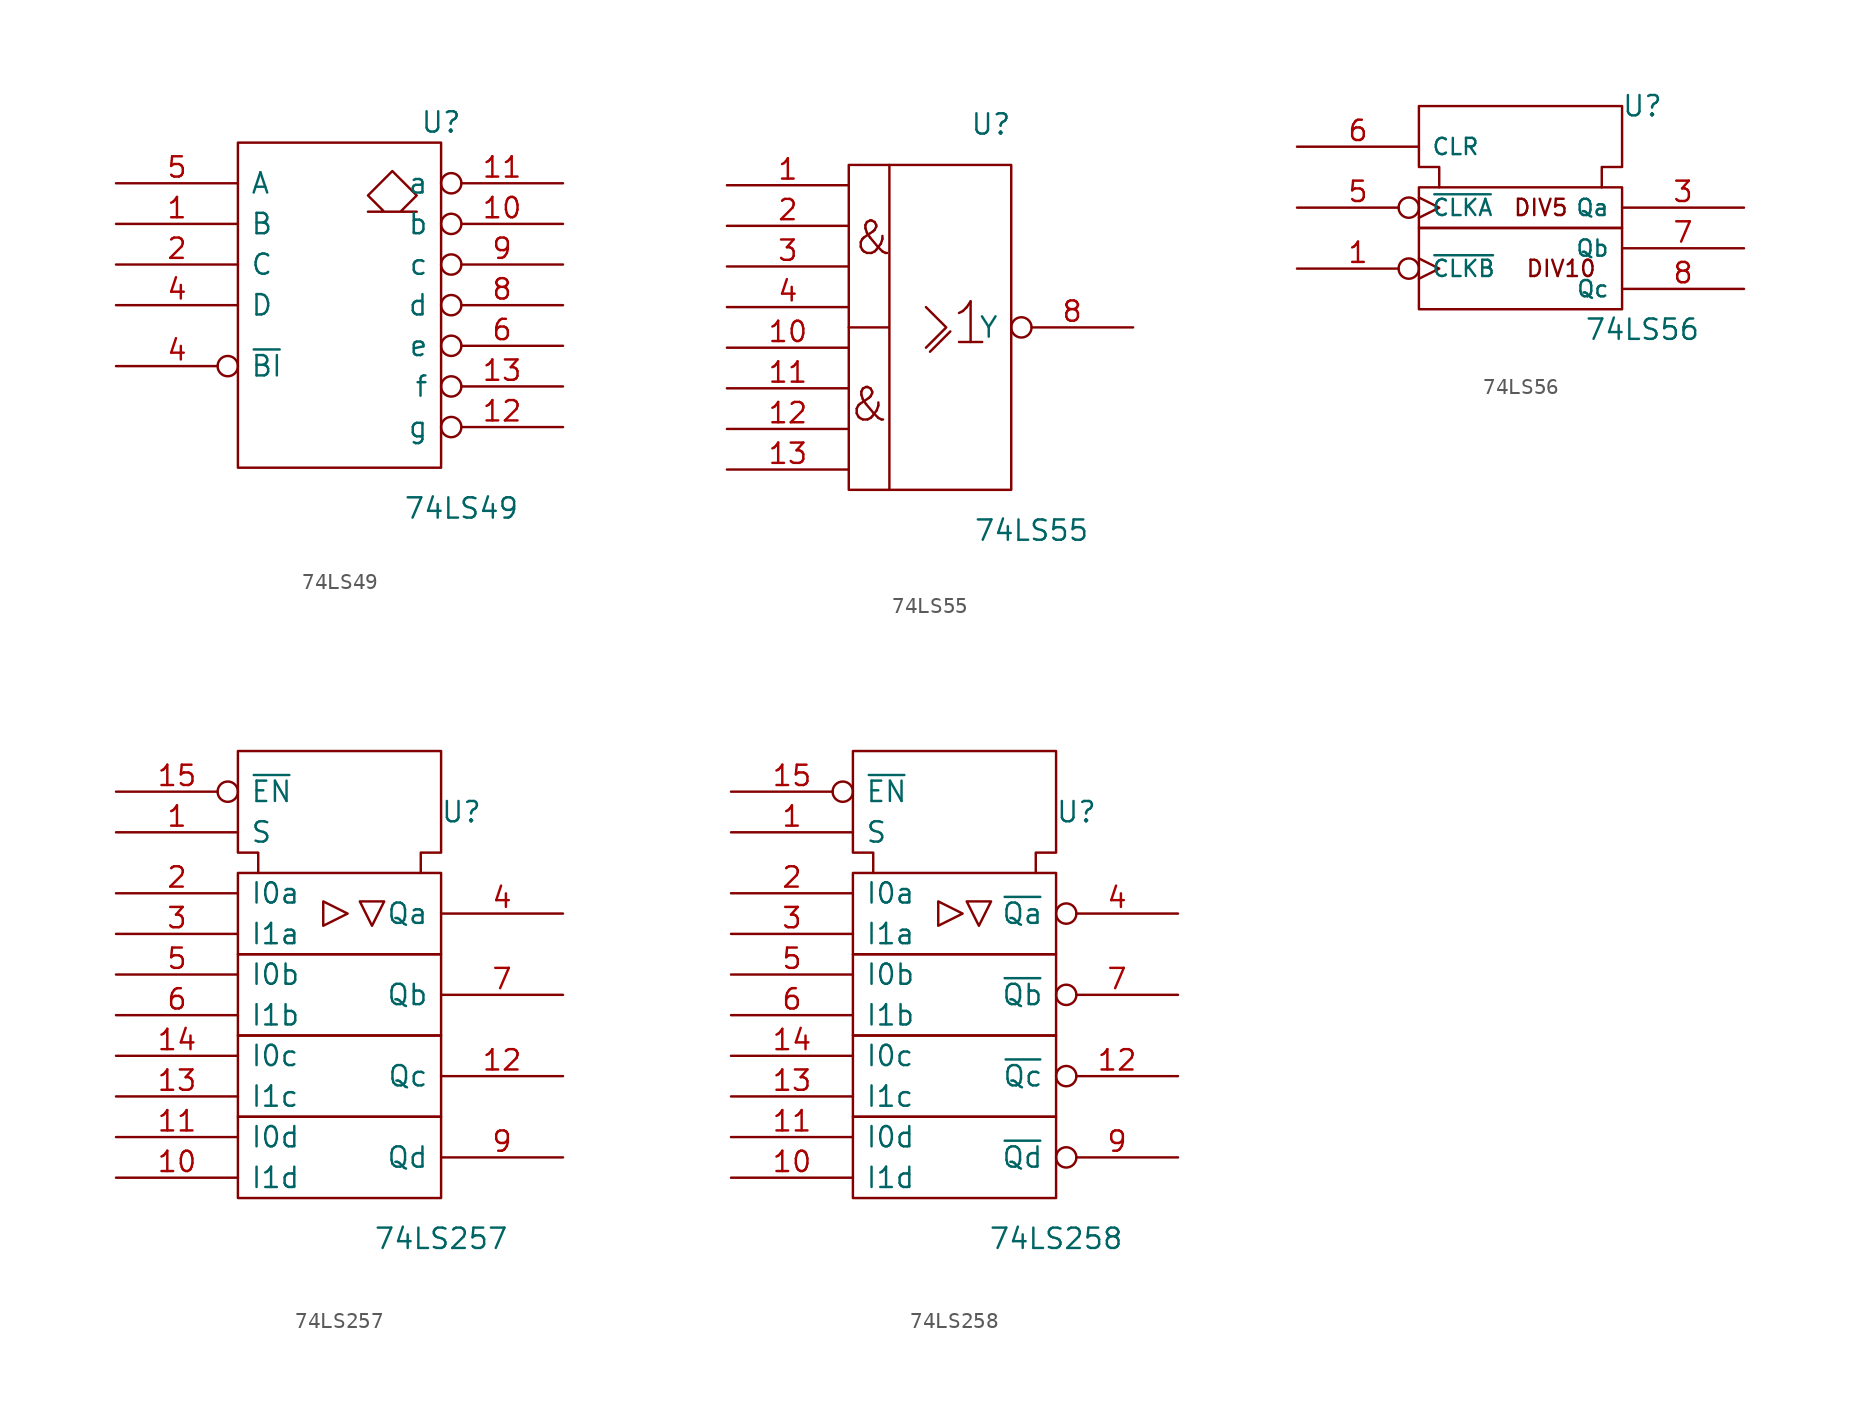
<source format=kicad_sym>
(kicad_symbol_lib
  (version 20231120)
  (generator "kicad_symbol_editor")
  (generator_version "8.0")
  (symbol "74LS49"
    (pin_names
      (offset 0.762))
    (property "Reference" "U"
      (at 6.35 11.43 0)
      (effects (font (size 1.27 1.27))))
    (property "Value" "74LS49"
      (at 7.62 -12.7 0)
      (effects (font (size 1.27 1.27))))
    (symbol "74LS49_0_0"
      (rectangle (start -6.35 10.16) (end 6.35 -10.16) (stroke (width 0) (type default)) (fill (type none)))
      (polyline (pts (xy 3.81 5.842) (xy 4.826 6.858) (xy 3.302 8.382) (xy 1.778 6.858) (xy 2.794 5.842) (xy 1.778 5.842) (xy 4.826 5.842) (xy 4.826 5.842)) (stroke (width 0) (type default)) (fill (type none)))
      (pin power_in line (at 0 10.16 270) (length 0) hide (name "VCC" (effects (font (size 1.27 1.27)))) (number "14" (effects (font (size 1.27 1.27)))))
      (pin power_in line (at 0 -10.16 90) (length 0) hide (name "GND" (effects (font (size 1.27 1.27)))) (number "7" (effects (font (size 1.27 1.27))))))
    (symbol "74LS49_1_1"
      (pin input line (at -13.97 5.08 0) (length 7.62) (name "B" (effects (font (size 1.27 1.27)))) (number "1" (effects (font (size 1.27 1.27)))))
      (pin open_collector inverted (at 13.97 5.08 180) (length 7.62) (name "b" (effects (font (size 1.27 1.27)))) (number "10" (effects (font (size 1.27 1.27)))))
      (pin open_collector inverted (at 13.97 7.62 180) (length 7.62) (name "a" (effects (font (size 1.27 1.27)))) (number "11" (effects (font (size 1.27 1.27)))))
      (pin open_collector inverted (at 13.97 -7.62 180) (length 7.62) (name "g" (effects (font (size 1.27 1.27)))) (number "12" (effects (font (size 1.27 1.27)))))
      (pin open_collector inverted (at 13.97 -5.08 180) (length 7.62) (name "f" (effects (font (size 1.27 1.27)))) (number "13" (effects (font (size 1.27 1.27)))))
      (pin input line (at -13.97 2.54 0) (length 7.62) (name "C" (effects (font (size 1.27 1.27)))) (number "2" (effects (font (size 1.27 1.27)))))
      (pin input line (at -13.97 0 0) (length 7.62) (name "D" (effects (font (size 1.27 1.27)))) (number "4" (effects (font (size 1.27 1.27)))))
      (pin input inverted (at -13.97 -3.81 0) (length 7.62) (name "~{BI}" (effects (font (size 1.27 1.27)))) (number "4" (effects (font (size 1.27 1.27)))))
      (pin input line (at -13.97 7.62 0) (length 7.62) (name "A" (effects (font (size 1.27 1.27)))) (number "5" (effects (font (size 1.27 1.27)))))
      (pin open_collector inverted (at 13.97 -2.54 180) (length 7.62) (name "e" (effects (font (size 1.27 1.27)))) (number "6" (effects (font (size 1.27 1.27)))))
      (pin open_collector inverted (at 13.97 0 180) (length 7.62) (name "d" (effects (font (size 1.27 1.27)))) (number "8" (effects (font (size 1.27 1.27)))))
      (pin open_collector inverted (at 13.97 2.54 180) (length 7.62) (name "c" (effects (font (size 1.27 1.27)))) (number "9" (effects (font (size 1.27 1.27)))))))
  (symbol "74LS55"
    (pin_names
      (offset 0.762))
    (property "Reference" "U"
      (at 3.81 12.7 0)
      (effects (font (size 1.27 1.27))))
    (property "Value" "74LS55"
      (at 6.35 -12.7 0)
      (effects (font (size 1.27 1.27))))
    (symbol "74LS55_0_0"
      (polyline (pts (xy 0 -1.524) (xy 1.27 -0.254)) (stroke (width 0) (type default)) (fill (type none)))
      (polyline (pts (xy -0.254 1.27) (xy 1.016 0) (xy -0.254 -1.27) (xy -0.254 -1.27)) (stroke (width 0) (type default)) (fill (type none)))
      (text "&" (at -3.81 -4.826 0) (effects (font (size 2.032 2.032))))
      (text "&" (at -3.556 5.588 0) (effects (font (size 2.032 2.032))))
      (text "1" (at 2.54 0.254 0) (effects (font (size 2.54 2.54)))))
    (symbol "74LS55_0_1"
      (rectangle (start -5.08 10.16) (end 5.08 -10.16) (stroke (width 0) (type default)) (fill (type none)))
      (polyline (pts (xy -2.54 10.16) (xy -2.54 0) (xy -5.08 0) (xy -2.54 0) (xy -2.54 -10.16) (xy -2.54 -10.16)) (stroke (width 0) (type default)) (fill (type none)))
      (pin power_in line (at 0 10.16 270) (length 0) hide (name "VCC" (effects (font (size 1.27 1.27)))) (number "14" (effects (font (size 1.27 1.27)))))
      (pin power_in line (at 0 -10.16 90) (length 0) hide (name "GND" (effects (font (size 1.27 1.27)))) (number "7" (effects (font (size 1.27 1.27))))))
    (symbol "74LS55_1_1"
      (pin input line (at -12.7 8.89 0) (length 7.62) (name "~" (effects (font (size 1.27 1.27)))) (number "1" (effects (font (size 1.27 1.27)))))
      (pin input line (at -12.7 -1.27 0) (length 7.62) (name "~" (effects (font (size 1.27 1.27)))) (number "10" (effects (font (size 1.27 1.27)))))
      (pin input line (at -12.7 -3.81 0) (length 7.62) (name "~" (effects (font (size 1.27 1.27)))) (number "11" (effects (font (size 1.27 1.27)))))
      (pin input line (at -12.7 -6.35 0) (length 7.62) (name "~" (effects (font (size 1.27 1.27)))) (number "12" (effects (font (size 1.27 1.27)))))
      (pin input line (at -12.7 -8.89 0) (length 7.62) (name "~" (effects (font (size 1.27 1.27)))) (number "13" (effects (font (size 1.27 1.27)))))
      (pin input line (at -12.7 6.35 0) (length 7.62) (name "~" (effects (font (size 1.27 1.27)))) (number "2" (effects (font (size 1.27 1.27)))))
      (pin input line (at -12.7 3.81 0) (length 7.62) (name "~" (effects (font (size 1.27 1.27)))) (number "3" (effects (font (size 1.27 1.27)))))
      (pin input line (at -12.7 1.27 0) (length 7.62) (name "~" (effects (font (size 1.27 1.27)))) (number "4" (effects (font (size 1.27 1.27)))))
      (pin output inverted (at 12.7 0 180) (length 7.62) (name "Y" (effects (font (size 1.27 1.27)))) (number "8" (effects (font (size 1.27 1.27)))))))
  (symbol "74LS56"
    (pin_names
      (offset 0.762))
    (property "Reference" "U"
      (at 7.62 6.35 0)
      (effects (font (size 1.27 1.27))))
    (property "Value" "74LS56"
      (at 7.62 -7.62 0)
      (effects (font (size 1.27 1.27))))
    (symbol "74LS56_0_0"
      (rectangle (start -6.35 -1.27) (end 6.35 -6.35) (stroke (width 0) (type default)) (fill (type none)))
      (rectangle (start -6.35 1.27) (end 6.35 -1.27) (stroke (width 0) (type default)) (fill (type none)))
      (polyline (pts (xy -5.08 1.27) (xy -5.08 2.54) (xy -6.35 2.54) (xy -6.35 6.35) (xy 6.35 6.35) (xy 6.35 2.54) (xy 5.08 2.54) (xy 5.08 1.27) (xy 5.08 1.27)) (stroke (width 0) (type default)) (fill (type none)))
      (text "DIV10" (at 2.54 -3.81 0) (effects (font (size 1.016 1.016))))
      (text "DIV5" (at 1.27 0 0) (effects (font (size 1.016 1.016)))))
    (symbol "74LS56_0_1"
      (pin power_in line (at 5.08 6.35 270) (length 0) hide (name "Vcc" (effects (font (size 1.016 1.016)))) (number "2" (effects (font (size 1.27 1.27)))))
      (pin power_in line (at 1.27 6.35 270) (length 0) hide (name "Gnd" (effects (font (size 1.016 1.016)))) (number "4" (effects (font (size 1.27 1.27))))))
    (symbol "74LS56_1_1"
      (pin input inverted_clock (at -13.97 -3.81 0) (length 7.62) (name "~{CLKB}" (effects (font (size 1.016 1.016)))) (number "1" (effects (font (size 1.27 1.27)))))
      (pin output line (at 13.97 0 180) (length 7.62) (name "Qa" (effects (font (size 1.016 1.016)))) (number "3" (effects (font (size 1.27 1.27)))))
      (pin input inverted_clock (at -13.97 0 0) (length 7.62) (name "~{CLKA}" (effects (font (size 1.016 1.016)))) (number "5" (effects (font (size 1.27 1.27)))))
      (pin input line (at -13.97 3.81 0) (length 7.62) (name "CLR" (effects (font (size 1.016 1.016)))) (number "6" (effects (font (size 1.27 1.27)))))
      (pin output line (at 13.97 -2.54 180) (length 7.62) (name "Qb" (effects (font (size 1.016 1.016)))) (number "7" (effects (font (size 1.27 1.27)))))
      (pin output line (at 13.97 -5.08 180) (length 7.62) (name "Qc" (effects (font (size 1.016 1.016)))) (number "8" (effects (font (size 1.27 1.27)))))))
  (symbol "74LS257"
    (pin_names
      (offset 0.762))
    (property "Reference" "U"
      (at 7.62 10.16 0)
      (effects (font (size 1.27 1.27))))
    (property "Value" "74LS257"
      (at 6.35 -16.51 0)
      (effects (font (size 1.27 1.27))))
    (symbol "74LS257_0_0"
      (rectangle (start -6.35 -8.89) (end 6.35 -13.97) (stroke (width 0) (type default)) (fill (type none)))
      (rectangle (start -6.35 -3.81) (end 6.35 -8.89) (stroke (width 0) (type default)) (fill (type none)))
      (rectangle (start -6.35 1.27) (end 6.35 -3.81) (stroke (width 0) (type default)) (fill (type none)))
      (rectangle (start -6.35 6.35) (end 6.35 1.27) (stroke (width 0) (type default)) (fill (type none)))
      (polyline (pts (xy -1.016 4.572) (xy -1.016 3.048) (xy 0.508 3.81) (xy -1.016 4.572) (xy -1.016 4.572)) (stroke (width 0) (type default)) (fill (type none)))
      (polyline (pts (xy 2.794 4.572) (xy 1.27 4.572) (xy 2.032 3.048) (xy 2.794 4.572) (xy 2.794 4.572)) (stroke (width 0) (type default)) (fill (type none)))
      (polyline (pts (xy -5.08 6.35) (xy -5.08 7.62) (xy -6.35 7.62) (xy -6.35 13.97) (xy 6.35 13.97) (xy 6.35 7.62) (xy 5.08 7.62) (xy 5.08 6.35) (xy 5.08 6.35)) (stroke (width 0) (type default)) (fill (type none)))
      (pin power_in line (at 3.81 13.97 270) (length 0) hide (name "VCC" (effects (font (size 1.27 1.27)))) (number "16" (effects (font (size 1.27 1.27)))))
      (pin power_in line (at 0 13.97 270) (length 0) hide (name "GND" (effects (font (size 1.27 1.27)))) (number "8" (effects (font (size 1.27 1.27))))))
    (symbol "74LS257_1_1"
      (pin input line (at -13.97 8.89 0) (length 7.62) (name "S" (effects (font (size 1.27 1.27)))) (number "1" (effects (font (size 1.27 1.27)))))
      (pin input line (at -13.97 -12.7 0) (length 7.62) (name "I1d" (effects (font (size 1.27 1.27)))) (number "10" (effects (font (size 1.27 1.27)))))
      (pin input line (at -13.97 -10.16 0) (length 7.62) (name "I0d" (effects (font (size 1.27 1.27)))) (number "11" (effects (font (size 1.27 1.27)))))
      (pin tri_state line (at 13.97 -6.35 180) (length 7.62) (name "Qc" (effects (font (size 1.27 1.27)))) (number "12" (effects (font (size 1.27 1.27)))))
      (pin input line (at -13.97 -7.62 0) (length 7.62) (name "I1c" (effects (font (size 1.27 1.27)))) (number "13" (effects (font (size 1.27 1.27)))))
      (pin input line (at -13.97 -5.08 0) (length 7.62) (name "I0c" (effects (font (size 1.27 1.27)))) (number "14" (effects (font (size 1.27 1.27)))))
      (pin input inverted (at -13.97 11.43 0) (length 7.62) (name "~{EN}" (effects (font (size 1.27 1.27)))) (number "15" (effects (font (size 1.27 1.27)))))
      (pin input line (at -13.97 5.08 0) (length 7.62) (name "I0a" (effects (font (size 1.27 1.27)))) (number "2" (effects (font (size 1.27 1.27)))))
      (pin input line (at -13.97 2.54 0) (length 7.62) (name "I1a" (effects (font (size 1.27 1.27)))) (number "3" (effects (font (size 1.27 1.27)))))
      (pin tri_state line (at 13.97 3.81 180) (length 7.62) (name "Qa" (effects (font (size 1.27 1.27)))) (number "4" (effects (font (size 1.27 1.27)))))
      (pin input line (at -13.97 0 0) (length 7.62) (name "I0b" (effects (font (size 1.27 1.27)))) (number "5" (effects (font (size 1.27 1.27)))))
      (pin input line (at -13.97 -2.54 0) (length 7.62) (name "I1b" (effects (font (size 1.27 1.27)))) (number "6" (effects (font (size 1.27 1.27)))))
      (pin tri_state line (at 13.97 -1.27 180) (length 7.62) (name "Qb" (effects (font (size 1.27 1.27)))) (number "7" (effects (font (size 1.27 1.27)))))
      (pin tri_state line (at 13.97 -11.43 180) (length 7.62) (name "Qd" (effects (font (size 1.27 1.27)))) (number "9" (effects (font (size 1.27 1.27)))))))
  (symbol "74LS258"
    (pin_names
      (offset 0.762))
    (property "Reference" "U"
      (at 7.62 10.16 0)
      (effects (font (size 1.27 1.27))))
    (property "Value" "74LS258"
      (at 6.35 -16.51 0)
      (effects (font (size 1.27 1.27))))
    (symbol "74LS258_0_0"
      (rectangle (start -6.35 -8.89) (end 6.35 -13.97) (stroke (width 0) (type default)) (fill (type none)))
      (rectangle (start -6.35 -3.81) (end 6.35 -8.89) (stroke (width 0) (type default)) (fill (type none)))
      (rectangle (start -6.35 1.27) (end 6.35 -3.81) (stroke (width 0) (type default)) (fill (type none)))
      (rectangle (start -6.35 6.35) (end 6.35 1.27) (stroke (width 0) (type default)) (fill (type none)))
      (polyline (pts (xy -1.016 4.572) (xy -1.016 3.048) (xy 0.508 3.81) (xy -1.016 4.572) (xy -1.016 4.572)) (stroke (width 0) (type default)) (fill (type none)))
      (polyline (pts (xy 2.286 4.572) (xy 0.762 4.572) (xy 1.524 3.048) (xy 2.286 4.572) (xy 2.286 4.572)) (stroke (width 0) (type default)) (fill (type none)))
      (polyline (pts (xy -5.08 6.35) (xy -5.08 7.62) (xy -6.35 7.62) (xy -6.35 13.97) (xy 6.35 13.97) (xy 6.35 7.62) (xy 5.08 7.62) (xy 5.08 6.35) (xy 5.08 6.35)) (stroke (width 0) (type default)) (fill (type none)))
      (pin power_in line (at 3.81 13.97 270) (length 0) hide (name "VCC" (effects (font (size 1.27 1.27)))) (number "16" (effects (font (size 1.27 1.27)))))
      (pin power_in line (at 0 13.97 270) (length 0) hide (name "GND" (effects (font (size 1.27 1.27)))) (number "8" (effects (font (size 1.27 1.27))))))
    (symbol "74LS258_1_1"
      (pin input line (at -13.97 8.89 0) (length 7.62) (name "S" (effects (font (size 1.27 1.27)))) (number "1" (effects (font (size 1.27 1.27)))))
      (pin input line (at -13.97 -12.7 0) (length 7.62) (name "I1d" (effects (font (size 1.27 1.27)))) (number "10" (effects (font (size 1.27 1.27)))))
      (pin input line (at -13.97 -10.16 0) (length 7.62) (name "I0d" (effects (font (size 1.27 1.27)))) (number "11" (effects (font (size 1.27 1.27)))))
      (pin tri_state inverted (at 13.97 -6.35 180) (length 7.62) (name "~{Qc}" (effects (font (size 1.27 1.27)))) (number "12" (effects (font (size 1.27 1.27)))))
      (pin input line (at -13.97 -7.62 0) (length 7.62) (name "I1c" (effects (font (size 1.27 1.27)))) (number "13" (effects (font (size 1.27 1.27)))))
      (pin input line (at -13.97 -5.08 0) (length 7.62) (name "I0c" (effects (font (size 1.27 1.27)))) (number "14" (effects (font (size 1.27 1.27)))))
      (pin input inverted (at -13.97 11.43 0) (length 7.62) (name "~{EN}" (effects (font (size 1.27 1.27)))) (number "15" (effects (font (size 1.27 1.27)))))
      (pin input line (at -13.97 5.08 0) (length 7.62) (name "I0a" (effects (font (size 1.27 1.27)))) (number "2" (effects (font (size 1.27 1.27)))))
      (pin input line (at -13.97 2.54 0) (length 7.62) (name "I1a" (effects (font (size 1.27 1.27)))) (number "3" (effects (font (size 1.27 1.27)))))
      (pin tri_state inverted (at 13.97 3.81 180) (length 7.62) (name "~{Qa}" (effects (font (size 1.27 1.27)))) (number "4" (effects (font (size 1.27 1.27)))))
      (pin input line (at -13.97 0 0) (length 7.62) (name "I0b" (effects (font (size 1.27 1.27)))) (number "5" (effects (font (size 1.27 1.27)))))
      (pin input line (at -13.97 -2.54 0) (length 7.62) (name "I1b" (effects (font (size 1.27 1.27)))) (number "6" (effects (font (size 1.27 1.27)))))
      (pin tri_state inverted (at 13.97 -1.27 180) (length 7.62) (name "~{Qb}" (effects (font (size 1.27 1.27)))) (number "7" (effects (font (size 1.27 1.27)))))
      (pin tri_state inverted (at 13.97 -11.43 180) (length 7.62) (name "~{Qd}" (effects (font (size 1.27 1.27)))) (number "9" (effects (font (size 1.27 1.27))))))))
</source>
